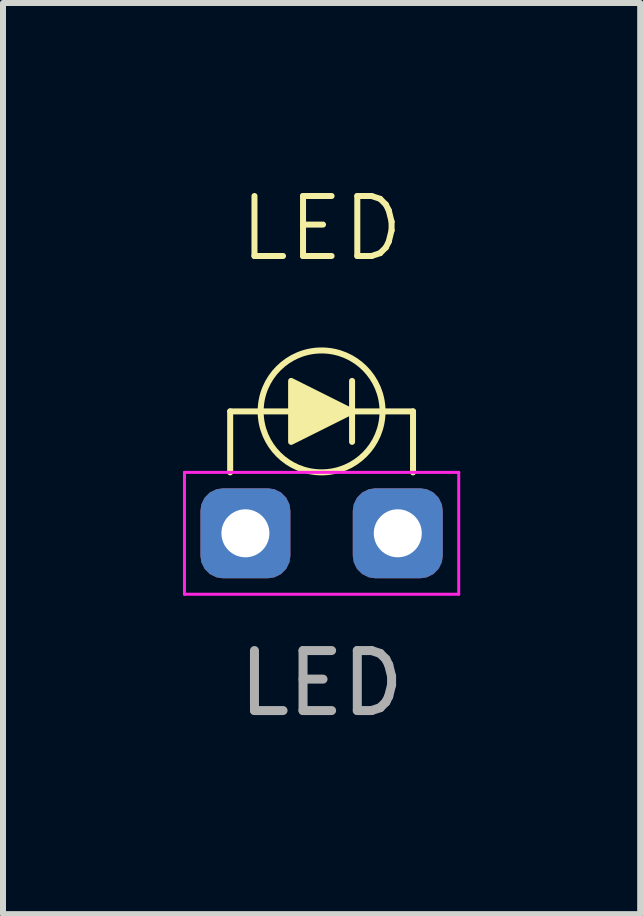
<source format=kicad_pcb>
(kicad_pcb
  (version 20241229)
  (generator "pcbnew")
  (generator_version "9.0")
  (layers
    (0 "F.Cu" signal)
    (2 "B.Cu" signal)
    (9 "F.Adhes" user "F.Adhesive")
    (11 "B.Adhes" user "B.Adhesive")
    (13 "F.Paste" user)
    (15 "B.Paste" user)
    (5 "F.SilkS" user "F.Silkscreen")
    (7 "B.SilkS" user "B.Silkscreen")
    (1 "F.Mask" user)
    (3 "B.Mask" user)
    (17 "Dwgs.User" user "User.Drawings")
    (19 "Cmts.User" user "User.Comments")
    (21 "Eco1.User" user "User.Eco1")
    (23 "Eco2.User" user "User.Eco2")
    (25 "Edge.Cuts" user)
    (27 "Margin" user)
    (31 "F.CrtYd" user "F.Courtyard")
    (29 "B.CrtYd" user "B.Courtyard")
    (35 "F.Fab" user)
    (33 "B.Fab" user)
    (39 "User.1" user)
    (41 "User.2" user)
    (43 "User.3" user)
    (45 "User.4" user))
  (footprint "LED"
    (layer "F.Cu")
    (at 2.311 5.84)
    (property "Reference" "LED" (at 0 -5.08 0) (unlocked yes) (layer "F.SilkS") (effects (font (size 1 1) (thickness 0.1))))
    (attr through_hole)
    (fp_line (start -1.524 -1.016) (end -1.524 -2.032) (stroke (width 0.1) (type solid)) (layer "F.SilkS"))
    (fp_line (start 0.508 -2.54) (end 0.508 -1.524) (stroke (width 0.1) (type solid)) (layer "F.SilkS"))
    (fp_line (start 1.524 -2.032) (end -1.524 -2.032) (stroke (width 0.1) (type solid)) (layer "F.SilkS"))
    (fp_line (start 1.524 -1.016) (end 1.524 -2.032) (stroke (width 0.1) (type solid)) (layer "F.SilkS"))
    (fp_circle (center 0 -2.032) (end 1.016 -2.032) (stroke (width 0.1) (type solid)) (fill no) (layer "F.SilkS"))
    (fp_poly (pts (xy 0.508 -2.032) (xy -0.508 -2.54) (xy -0.508 -1.524)) (stroke (width 0.1) (type solid)) (fill yes) (layer "F.SilkS"))
    (fp_line (start -2.286 -1.016) (end 2.286 -1.016) (stroke (width 0.05) (type default)) (layer "F.CrtYd"))
    (fp_line (start -2.286 1.016) (end -2.286 -1.016) (stroke (width 0.05) (type default)) (layer "F.CrtYd"))
    (fp_line (start 2.286 -1.016) (end 2.286 1.016) (stroke (width 0.05) (type default)) (layer "F.CrtYd"))
    (fp_line (start 2.286 1.016) (end -2.286 1.016) (stroke (width 0.05) (type default)) (layer "F.CrtYd"))
    (fp_text user "${REFERENCE}" (at 0 2.5 0) (unlocked yes) (layer "F.Fab") (effects (font (size 1 1) (thickness 0.15))))
    (pad "1" thru_hole roundrect (at 1.27 0) (size 1.5 1.5) (drill 0.8) (layers "*.Cu" "*.Mask") (roundrect_rratio 0.25))
    (pad "2" thru_hole roundrect (at -1.27 0) (size 1.5 1.5) (drill 0.8) (layers "*.Cu" "*.Mask") (roundrect_rratio 0.25)))
  (gr_rect
    (start -3 -3)
    (end 7.622 12.189)
    (stroke (width 0.1) (type default))
    (fill no)
    (layer "Edge.Cuts")))
</source>
